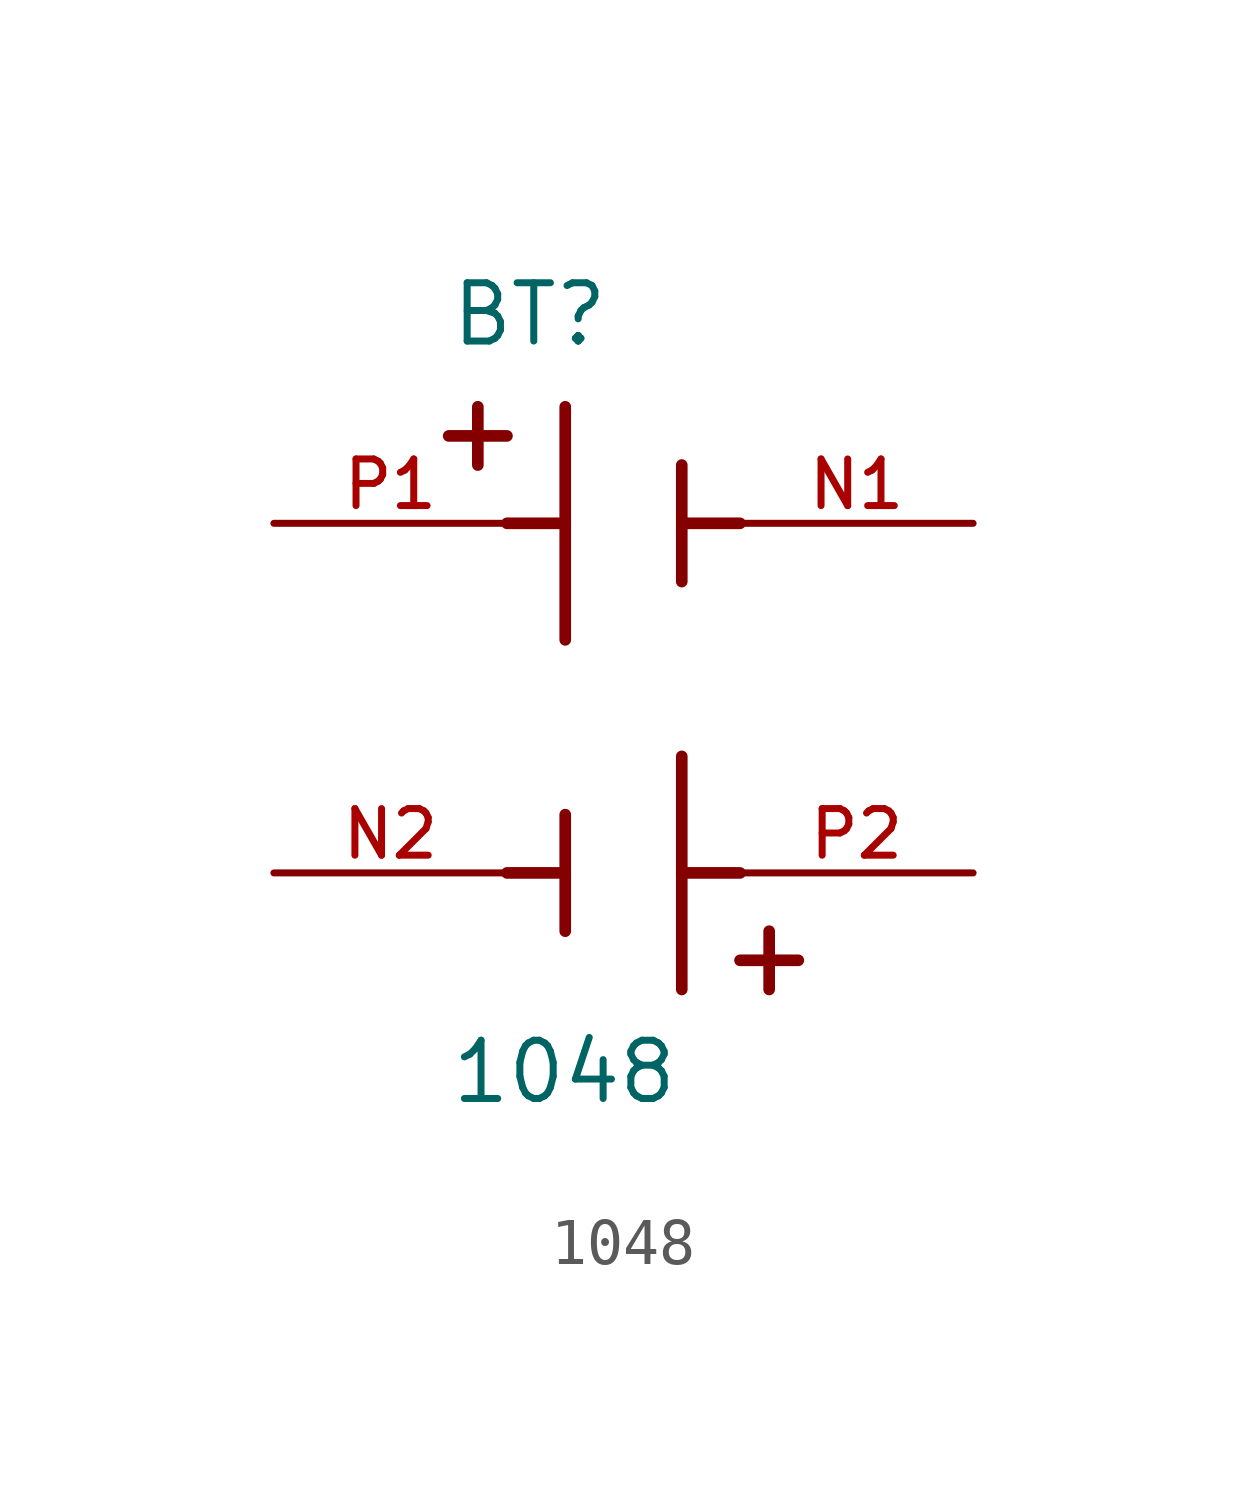
<source format=kicad_sym>
(kicad_symbol_lib
  (version 20211014)
  (generator kicad_symbol_editor)
  (symbol "1048"
    (pin_names
      (offset 1.016))
    (property "Reference" "BT"
      (at -3.81 6.35 0)
      (effects (font (size 1.27 1.27)) (justify bottom left)))
    (property "Value" "1048"
      (at -3.81 -10.16 0)
      (effects (font (size 1.27 1.27)) (justify bottom left)))
    (symbol "1048_0_0"
      (polyline (pts (xy -1.27 5.08) (xy -1.27 2.54)) (stroke (width 0.254)))
      (polyline (pts (xy -1.27 2.54) (xy -1.27 0.0)) (stroke (width 0.254)))
      (polyline (pts (xy 1.27 3.81) (xy 1.27 2.54)) (stroke (width 0.254)))
      (polyline (pts (xy 1.27 2.54) (xy 1.27 1.27)) (stroke (width 0.254)))
      (polyline (pts (xy -1.27 2.54) (xy -2.54 2.54)) (stroke (width 0.254)))
      (polyline (pts (xy 1.27 2.54) (xy 2.54 2.54)) (stroke (width 0.254)))
      (polyline (pts (xy -3.175 5.08) (xy -3.175 3.81)) (stroke (width 0.254)))
      (polyline (pts (xy -3.81 4.445) (xy -2.54 4.445)) (stroke (width 0.254)))
      (polyline (pts (xy 1.27 -7.62) (xy 1.27 -5.08)) (stroke (width 0.254)))
      (polyline (pts (xy 1.27 -5.08) (xy 1.27 -2.54)) (stroke (width 0.254)))
      (polyline (pts (xy -1.27 -6.35) (xy -1.27 -5.08)) (stroke (width 0.254)))
      (polyline (pts (xy -1.27 -5.08) (xy -1.27 -3.81)) (stroke (width 0.254)))
      (polyline (pts (xy 1.27 -5.08) (xy 2.54 -5.08)) (stroke (width 0.254)))
      (polyline (pts (xy -1.27 -5.08) (xy -2.54 -5.08)) (stroke (width 0.254)))
      (polyline (pts (xy 3.175 -7.62) (xy 3.175 -6.35)) (stroke (width 0.254)))
      (polyline (pts (xy 3.81 -6.985) (xy 2.54 -6.985)) (stroke (width 0.254)))
      (pin passive line (at -7.62 2.54 0) (length 5.08) (name "~" (effects (font (size 1.016 1.016)))) (number "P1" (effects (font (size 1.016 1.016)))))
      (pin passive line (at 7.62 2.54 180.0) (length 5.08) (name "~" (effects (font (size 1.016 1.016)))) (number "N1" (effects (font (size 1.016 1.016)))))
      (pin passive line (at 7.62 -5.08 180.0) (length 5.08) (name "~" (effects (font (size 1.016 1.016)))) (number "P2" (effects (font (size 1.016 1.016)))))
      (pin passive line (at -7.62 -5.08 0) (length 5.08) (name "~" (effects (font (size 1.016 1.016)))) (number "N2" (effects (font (size 1.016 1.016))))))))
</source>
